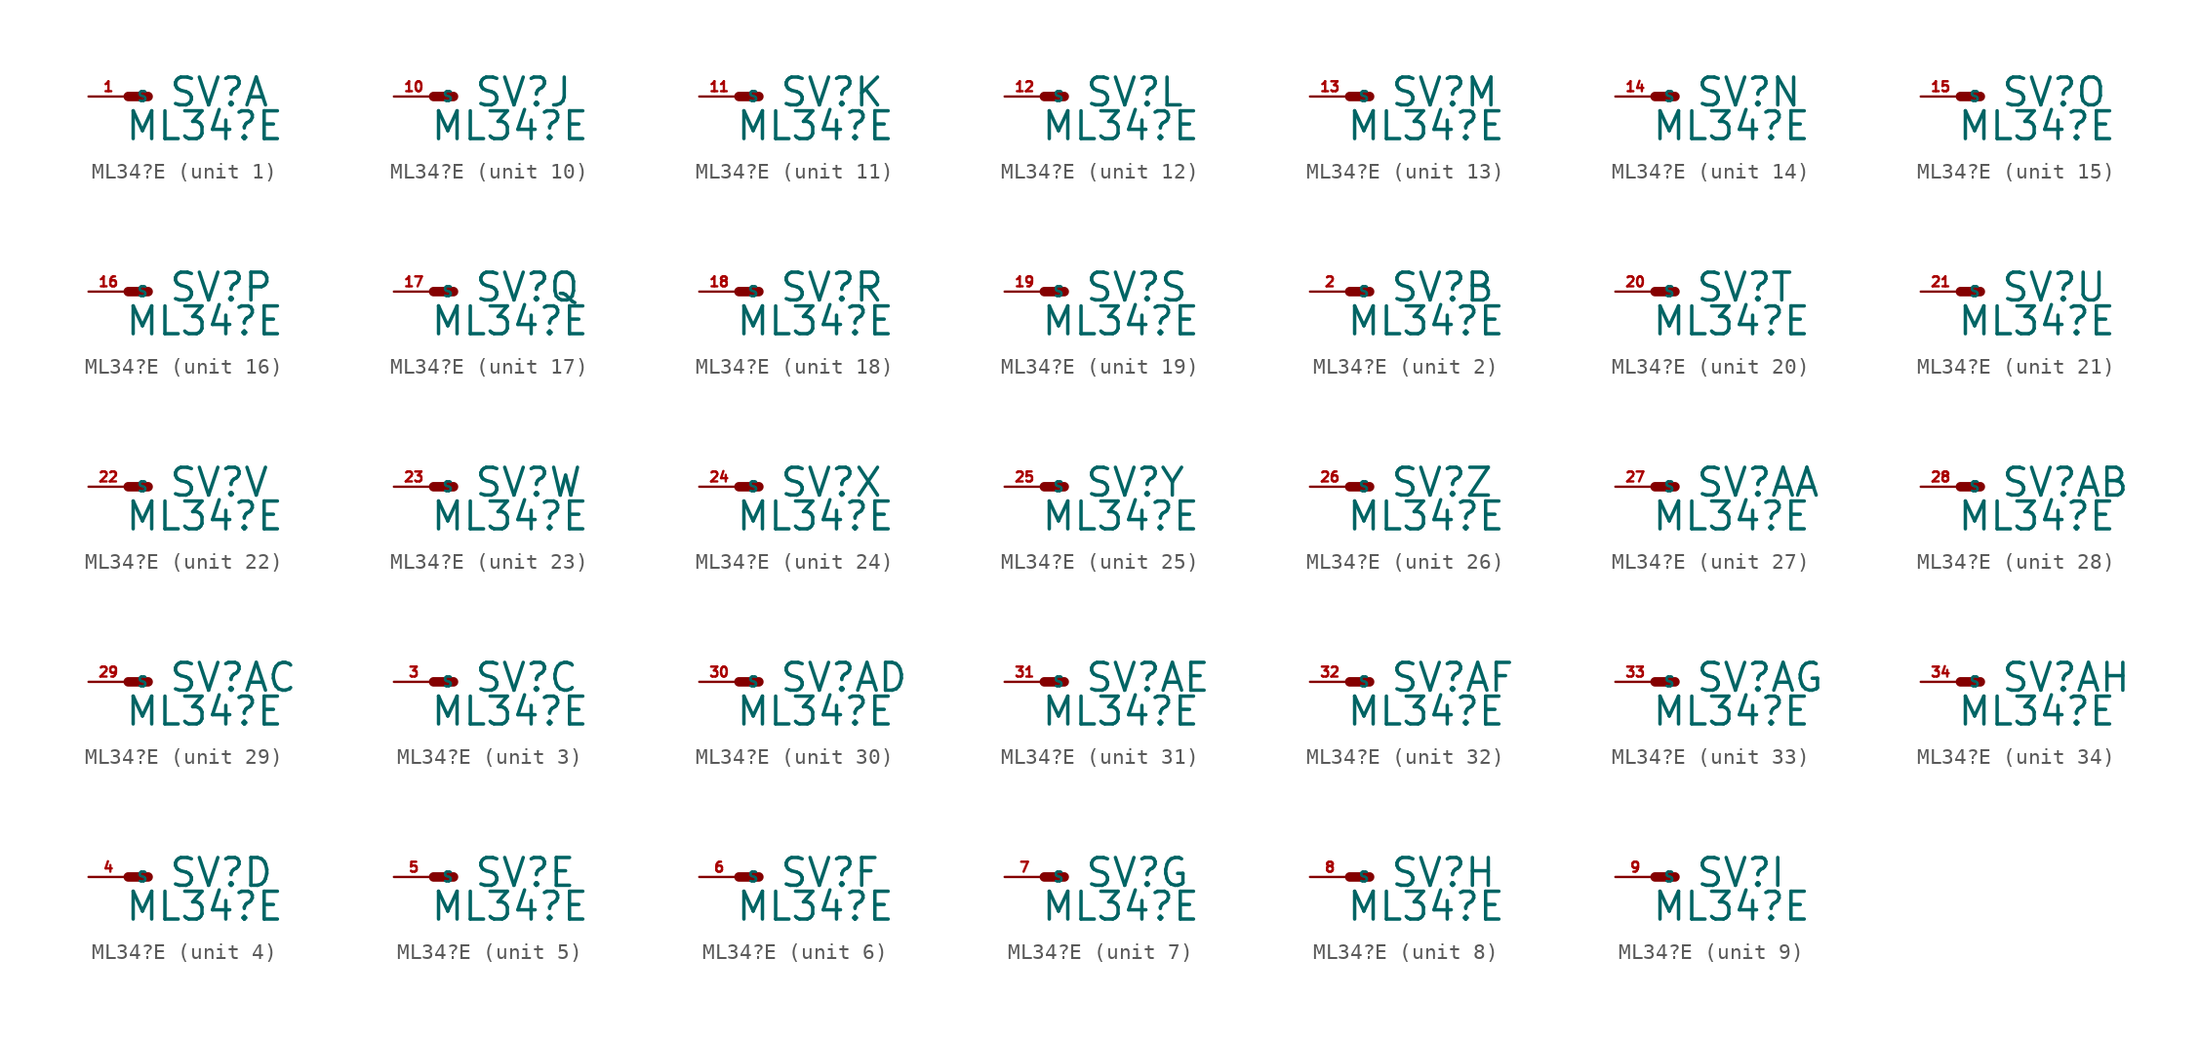
<source format=kicad_sym>
(kicad_symbol_lib
  (version 20220914)
  (generator Eagle2Kicad)
  (symbol "ML34?E"
    (property "Reference" "SV"
      (at 2.54 -0.762 0)
      (effects (font (size 1.778 1.778) (thickness 0.22)) (justify left bottom)))
    (property "Value" "ML34?E"
      (at -0.254 -2.921 0)
      (effects (font (size 1.778 1.778) (thickness 0.22)) (justify left bottom)))
    (symbol "ML34?E_1_0"
      (polyline (pts (xy 1.27 0) (xy 0 0)) (stroke (width 0.61) (type default)) (fill (type none)))
      (pin passive line (at -2.54 0 0) (length 2.54) (name "S" (effects (font (size 0.635 0.635) (thickness 0.08)) (justify left bottom))) (number "1" (effects (font (size 0.635 0.635) (thickness 0.08)) (justify left bottom)))))
    (symbol "ML34?E_2_0"
      (polyline (pts (xy 1.27 0) (xy 0 0)) (stroke (width 0.61) (type default)) (fill (type none)))
      (pin passive line (at -2.54 0 0) (length 2.54) (name "S" (effects (font (size 0.635 0.635) (thickness 0.08)) (justify left bottom))) (number "2" (effects (font (size 0.635 0.635) (thickness 0.08)) (justify left bottom)))))
    (symbol "ML34?E_3_0"
      (polyline (pts (xy 1.27 0) (xy 0 0)) (stroke (width 0.61) (type default)) (fill (type none)))
      (pin passive line (at -2.54 0 0) (length 2.54) (name "S" (effects (font (size 0.635 0.635) (thickness 0.08)) (justify left bottom))) (number "3" (effects (font (size 0.635 0.635) (thickness 0.08)) (justify left bottom)))))
    (symbol "ML34?E_4_0"
      (polyline (pts (xy 1.27 0) (xy 0 0)) (stroke (width 0.61) (type default)) (fill (type none)))
      (pin passive line (at -2.54 0 0) (length 2.54) (name "S" (effects (font (size 0.635 0.635) (thickness 0.08)) (justify left bottom))) (number "4" (effects (font (size 0.635 0.635) (thickness 0.08)) (justify left bottom)))))
    (symbol "ML34?E_5_0"
      (polyline (pts (xy 1.27 0) (xy 0 0)) (stroke (width 0.61) (type default)) (fill (type none)))
      (pin passive line (at -2.54 0 0) (length 2.54) (name "S" (effects (font (size 0.635 0.635) (thickness 0.08)) (justify left bottom))) (number "5" (effects (font (size 0.635 0.635) (thickness 0.08)) (justify left bottom)))))
    (symbol "ML34?E_6_0"
      (polyline (pts (xy 1.27 0) (xy 0 0)) (stroke (width 0.61) (type default)) (fill (type none)))
      (pin passive line (at -2.54 0 0) (length 2.54) (name "S" (effects (font (size 0.635 0.635) (thickness 0.08)) (justify left bottom))) (number "6" (effects (font (size 0.635 0.635) (thickness 0.08)) (justify left bottom)))))
    (symbol "ML34?E_7_0"
      (polyline (pts (xy 1.27 0) (xy 0 0)) (stroke (width 0.61) (type default)) (fill (type none)))
      (pin passive line (at -2.54 0 0) (length 2.54) (name "S" (effects (font (size 0.635 0.635) (thickness 0.08)) (justify left bottom))) (number "7" (effects (font (size 0.635 0.635) (thickness 0.08)) (justify left bottom)))))
    (symbol "ML34?E_8_0"
      (polyline (pts (xy 1.27 0) (xy 0 0)) (stroke (width 0.61) (type default)) (fill (type none)))
      (pin passive line (at -2.54 0 0) (length 2.54) (name "S" (effects (font (size 0.635 0.635) (thickness 0.08)) (justify left bottom))) (number "8" (effects (font (size 0.635 0.635) (thickness 0.08)) (justify left bottom)))))
    (symbol "ML34?E_9_0"
      (polyline (pts (xy 1.27 0) (xy 0 0)) (stroke (width 0.61) (type default)) (fill (type none)))
      (pin passive line (at -2.54 0 0) (length 2.54) (name "S" (effects (font (size 0.635 0.635) (thickness 0.08)) (justify left bottom))) (number "9" (effects (font (size 0.635 0.635) (thickness 0.08)) (justify left bottom)))))
    (symbol "ML34?E_10_0"
      (polyline (pts (xy 1.27 0) (xy 0 0)) (stroke (width 0.61) (type default)) (fill (type none)))
      (pin passive line (at -2.54 0 0) (length 2.54) (name "S" (effects (font (size 0.635 0.635) (thickness 0.08)) (justify left bottom))) (number "10" (effects (font (size 0.635 0.635) (thickness 0.08)) (justify left bottom)))))
    (symbol "ML34?E_11_0"
      (polyline (pts (xy 1.27 0) (xy 0 0)) (stroke (width 0.61) (type default)) (fill (type none)))
      (pin passive line (at -2.54 0 0) (length 2.54) (name "S" (effects (font (size 0.635 0.635) (thickness 0.08)) (justify left bottom))) (number "11" (effects (font (size 0.635 0.635) (thickness 0.08)) (justify left bottom)))))
    (symbol "ML34?E_12_0"
      (polyline (pts (xy 1.27 0) (xy 0 0)) (stroke (width 0.61) (type default)) (fill (type none)))
      (pin passive line (at -2.54 0 0) (length 2.54) (name "S" (effects (font (size 0.635 0.635) (thickness 0.08)) (justify left bottom))) (number "12" (effects (font (size 0.635 0.635) (thickness 0.08)) (justify left bottom)))))
    (symbol "ML34?E_13_0"
      (polyline (pts (xy 1.27 0) (xy 0 0)) (stroke (width 0.61) (type default)) (fill (type none)))
      (pin passive line (at -2.54 0 0) (length 2.54) (name "S" (effects (font (size 0.635 0.635) (thickness 0.08)) (justify left bottom))) (number "13" (effects (font (size 0.635 0.635) (thickness 0.08)) (justify left bottom)))))
    (symbol "ML34?E_14_0"
      (polyline (pts (xy 1.27 0) (xy 0 0)) (stroke (width 0.61) (type default)) (fill (type none)))
      (pin passive line (at -2.54 0 0) (length 2.54) (name "S" (effects (font (size 0.635 0.635) (thickness 0.08)) (justify left bottom))) (number "14" (effects (font (size 0.635 0.635) (thickness 0.08)) (justify left bottom)))))
    (symbol "ML34?E_15_0"
      (polyline (pts (xy 1.27 0) (xy 0 0)) (stroke (width 0.61) (type default)) (fill (type none)))
      (pin passive line (at -2.54 0 0) (length 2.54) (name "S" (effects (font (size 0.635 0.635) (thickness 0.08)) (justify left bottom))) (number "15" (effects (font (size 0.635 0.635) (thickness 0.08)) (justify left bottom)))))
    (symbol "ML34?E_16_0"
      (polyline (pts (xy 1.27 0) (xy 0 0)) (stroke (width 0.61) (type default)) (fill (type none)))
      (pin passive line (at -2.54 0 0) (length 2.54) (name "S" (effects (font (size 0.635 0.635) (thickness 0.08)) (justify left bottom))) (number "16" (effects (font (size 0.635 0.635) (thickness 0.08)) (justify left bottom)))))
    (symbol "ML34?E_17_0"
      (polyline (pts (xy 1.27 0) (xy 0 0)) (stroke (width 0.61) (type default)) (fill (type none)))
      (pin passive line (at -2.54 0 0) (length 2.54) (name "S" (effects (font (size 0.635 0.635) (thickness 0.08)) (justify left bottom))) (number "17" (effects (font (size 0.635 0.635) (thickness 0.08)) (justify left bottom)))))
    (symbol "ML34?E_18_0"
      (polyline (pts (xy 1.27 0) (xy 0 0)) (stroke (width 0.61) (type default)) (fill (type none)))
      (pin passive line (at -2.54 0 0) (length 2.54) (name "S" (effects (font (size 0.635 0.635) (thickness 0.08)) (justify left bottom))) (number "18" (effects (font (size 0.635 0.635) (thickness 0.08)) (justify left bottom)))))
    (symbol "ML34?E_19_0"
      (polyline (pts (xy 1.27 0) (xy 0 0)) (stroke (width 0.61) (type default)) (fill (type none)))
      (pin passive line (at -2.54 0 0) (length 2.54) (name "S" (effects (font (size 0.635 0.635) (thickness 0.08)) (justify left bottom))) (number "19" (effects (font (size 0.635 0.635) (thickness 0.08)) (justify left bottom)))))
    (symbol "ML34?E_20_0"
      (polyline (pts (xy 1.27 0) (xy 0 0)) (stroke (width 0.61) (type default)) (fill (type none)))
      (pin passive line (at -2.54 0 0) (length 2.54) (name "S" (effects (font (size 0.635 0.635) (thickness 0.08)) (justify left bottom))) (number "20" (effects (font (size 0.635 0.635) (thickness 0.08)) (justify left bottom)))))
    (symbol "ML34?E_21_0"
      (polyline (pts (xy 1.27 0) (xy 0 0)) (stroke (width 0.61) (type default)) (fill (type none)))
      (pin passive line (at -2.54 0 0) (length 2.54) (name "S" (effects (font (size 0.635 0.635) (thickness 0.08)) (justify left bottom))) (number "21" (effects (font (size 0.635 0.635) (thickness 0.08)) (justify left bottom)))))
    (symbol "ML34?E_22_0"
      (polyline (pts (xy 1.27 0) (xy 0 0)) (stroke (width 0.61) (type default)) (fill (type none)))
      (pin passive line (at -2.54 0 0) (length 2.54) (name "S" (effects (font (size 0.635 0.635) (thickness 0.08)) (justify left bottom))) (number "22" (effects (font (size 0.635 0.635) (thickness 0.08)) (justify left bottom)))))
    (symbol "ML34?E_23_0"
      (polyline (pts (xy 1.27 0) (xy 0 0)) (stroke (width 0.61) (type default)) (fill (type none)))
      (pin passive line (at -2.54 0 0) (length 2.54) (name "S" (effects (font (size 0.635 0.635) (thickness 0.08)) (justify left bottom))) (number "23" (effects (font (size 0.635 0.635) (thickness 0.08)) (justify left bottom)))))
    (symbol "ML34?E_24_0"
      (polyline (pts (xy 1.27 0) (xy 0 0)) (stroke (width 0.61) (type default)) (fill (type none)))
      (pin passive line (at -2.54 0 0) (length 2.54) (name "S" (effects (font (size 0.635 0.635) (thickness 0.08)) (justify left bottom))) (number "24" (effects (font (size 0.635 0.635) (thickness 0.08)) (justify left bottom)))))
    (symbol "ML34?E_25_0"
      (polyline (pts (xy 1.27 0) (xy 0 0)) (stroke (width 0.61) (type default)) (fill (type none)))
      (pin passive line (at -2.54 0 0) (length 2.54) (name "S" (effects (font (size 0.635 0.635) (thickness 0.08)) (justify left bottom))) (number "25" (effects (font (size 0.635 0.635) (thickness 0.08)) (justify left bottom)))))
    (symbol "ML34?E_26_0"
      (polyline (pts (xy 1.27 0) (xy 0 0)) (stroke (width 0.61) (type default)) (fill (type none)))
      (pin passive line (at -2.54 0 0) (length 2.54) (name "S" (effects (font (size 0.635 0.635) (thickness 0.08)) (justify left bottom))) (number "26" (effects (font (size 0.635 0.635) (thickness 0.08)) (justify left bottom)))))
    (symbol "ML34?E_27_0"
      (polyline (pts (xy 1.27 0) (xy 0 0)) (stroke (width 0.61) (type default)) (fill (type none)))
      (pin passive line (at -2.54 0 0) (length 2.54) (name "S" (effects (font (size 0.635 0.635) (thickness 0.08)) (justify left bottom))) (number "27" (effects (font (size 0.635 0.635) (thickness 0.08)) (justify left bottom)))))
    (symbol "ML34?E_28_0"
      (polyline (pts (xy 1.27 0) (xy 0 0)) (stroke (width 0.61) (type default)) (fill (type none)))
      (pin passive line (at -2.54 0 0) (length 2.54) (name "S" (effects (font (size 0.635 0.635) (thickness 0.08)) (justify left bottom))) (number "28" (effects (font (size 0.635 0.635) (thickness 0.08)) (justify left bottom)))))
    (symbol "ML34?E_29_0"
      (polyline (pts (xy 1.27 0) (xy 0 0)) (stroke (width 0.61) (type default)) (fill (type none)))
      (pin passive line (at -2.54 0 0) (length 2.54) (name "S" (effects (font (size 0.635 0.635) (thickness 0.08)) (justify left bottom))) (number "29" (effects (font (size 0.635 0.635) (thickness 0.08)) (justify left bottom)))))
    (symbol "ML34?E_30_0"
      (polyline (pts (xy 1.27 0) (xy 0 0)) (stroke (width 0.61) (type default)) (fill (type none)))
      (pin passive line (at -2.54 0 0) (length 2.54) (name "S" (effects (font (size 0.635 0.635) (thickness 0.08)) (justify left bottom))) (number "30" (effects (font (size 0.635 0.635) (thickness 0.08)) (justify left bottom)))))
    (symbol "ML34?E_31_0"
      (polyline (pts (xy 1.27 0) (xy 0 0)) (stroke (width 0.61) (type default)) (fill (type none)))
      (pin passive line (at -2.54 0 0) (length 2.54) (name "S" (effects (font (size 0.635 0.635) (thickness 0.08)) (justify left bottom))) (number "31" (effects (font (size 0.635 0.635) (thickness 0.08)) (justify left bottom)))))
    (symbol "ML34?E_32_0"
      (polyline (pts (xy 1.27 0) (xy 0 0)) (stroke (width 0.61) (type default)) (fill (type none)))
      (pin passive line (at -2.54 0 0) (length 2.54) (name "S" (effects (font (size 0.635 0.635) (thickness 0.08)) (justify left bottom))) (number "32" (effects (font (size 0.635 0.635) (thickness 0.08)) (justify left bottom)))))
    (symbol "ML34?E_33_0"
      (polyline (pts (xy 1.27 0) (xy 0 0)) (stroke (width 0.61) (type default)) (fill (type none)))
      (pin passive line (at -2.54 0 0) (length 2.54) (name "S" (effects (font (size 0.635 0.635) (thickness 0.08)) (justify left bottom))) (number "33" (effects (font (size 0.635 0.635) (thickness 0.08)) (justify left bottom)))))
    (symbol "ML34?E_34_0"
      (polyline (pts (xy 1.27 0) (xy 0 0)) (stroke (width 0.61) (type default)) (fill (type none)))
      (pin passive line (at -2.54 0 0) (length 2.54) (name "S" (effects (font (size 0.635 0.635) (thickness 0.08)) (justify left bottom))) (number "34" (effects (font (size 0.635 0.635) (thickness 0.08)) (justify left bottom)))))))
</source>
